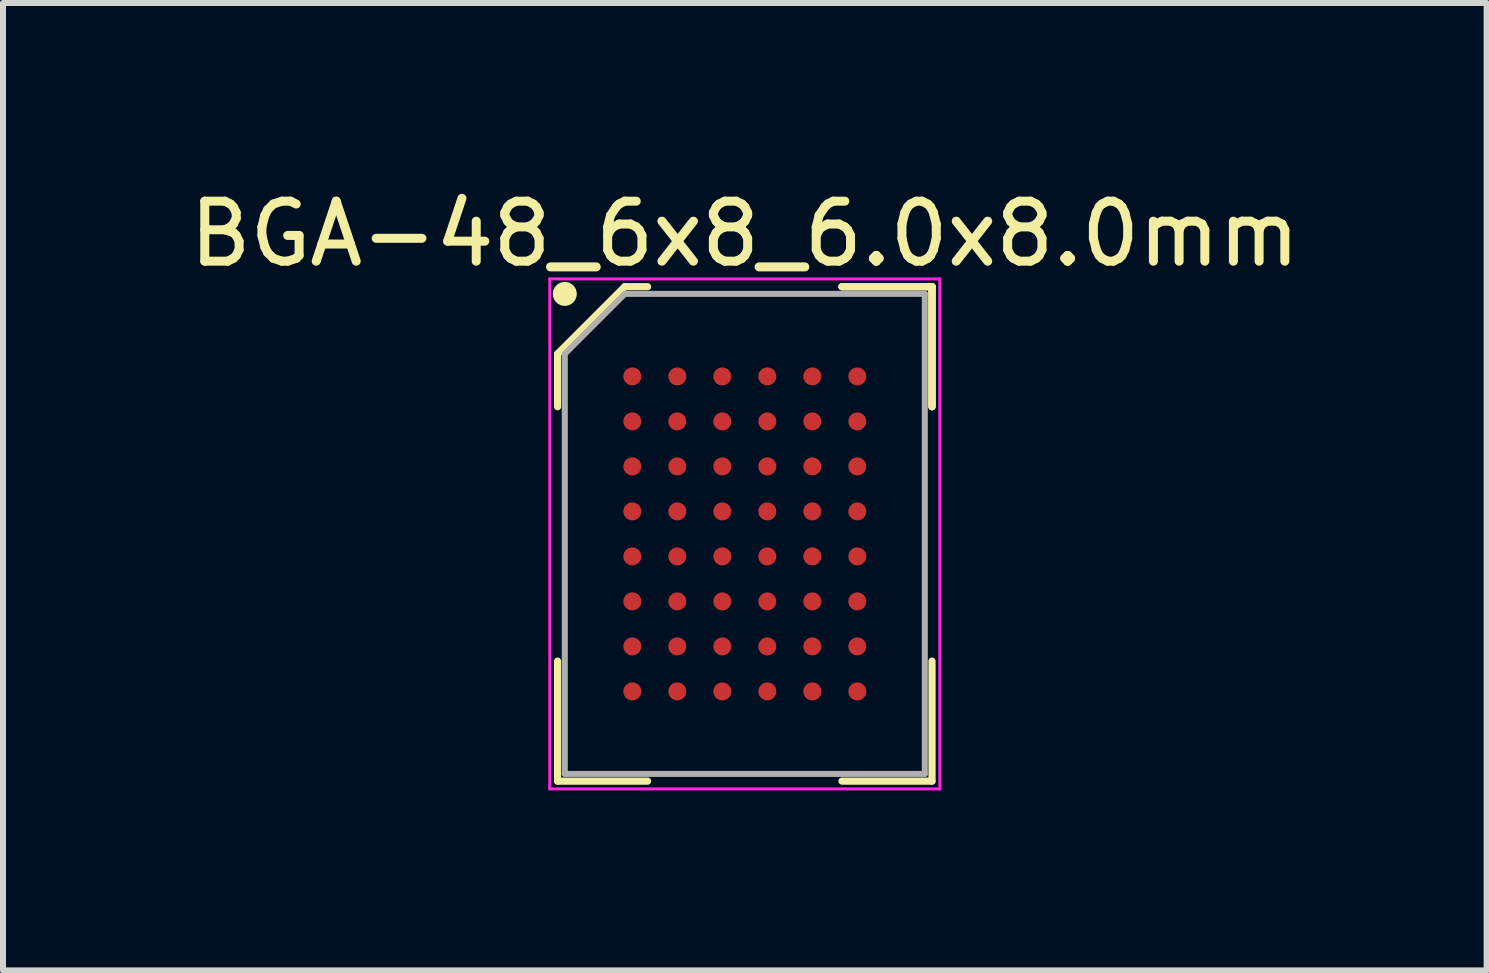
<source format=kicad_pcb>
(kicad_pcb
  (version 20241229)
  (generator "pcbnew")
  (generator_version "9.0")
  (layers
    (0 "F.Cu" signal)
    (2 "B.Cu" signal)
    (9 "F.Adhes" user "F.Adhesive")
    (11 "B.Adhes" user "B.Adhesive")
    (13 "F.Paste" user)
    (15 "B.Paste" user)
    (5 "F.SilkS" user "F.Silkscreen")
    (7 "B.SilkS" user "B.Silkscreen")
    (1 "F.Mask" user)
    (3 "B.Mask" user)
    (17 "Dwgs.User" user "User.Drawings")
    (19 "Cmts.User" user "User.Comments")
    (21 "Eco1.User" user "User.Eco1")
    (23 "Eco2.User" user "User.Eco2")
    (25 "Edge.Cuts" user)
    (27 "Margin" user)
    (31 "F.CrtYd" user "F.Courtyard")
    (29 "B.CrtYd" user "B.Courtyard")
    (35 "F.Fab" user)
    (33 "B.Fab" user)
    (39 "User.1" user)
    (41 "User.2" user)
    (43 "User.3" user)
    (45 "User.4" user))
  (footprint "BGA-48_6x8_6.0x8.0mm"
    (layer "F.Cu")
    (at 9.363 5.848)
    (property "Reference" "BGA-48_6x8_6.0x8.0mm" (at 0 -5 0) (layer "F.SilkS") (effects (font (size 1 1) (thickness 0.15))))
    (attr smd)
    (fp_line (start -3.12 -3) (end -3.12 -2.12) (stroke (width 0.12) (type solid)) (layer "F.SilkS"))
    (fp_line (start -3.12 4.12) (end -3.12 2.12) (stroke (width 0.12) (type solid)) (layer "F.SilkS"))
    (fp_line (start -2 -4.12) (end -3.12 -3) (stroke (width 0.12) (type solid)) (layer "F.SilkS"))
    (fp_line (start -1.62 -4.12) (end -2 -4.12) (stroke (width 0.12) (type solid)) (layer "F.SilkS"))
    (fp_line (start -1.62 4.12) (end -3.12 4.12) (stroke (width 0.12) (type solid)) (layer "F.SilkS"))
    (fp_line (start 1.62 -4.12) (end 3.12 -4.12) (stroke (width 0.12) (type solid)) (layer "F.SilkS"))
    (fp_line (start 1.62 -4.12) (end 3.12 -4.12) (stroke (width 0.12) (type solid)) (layer "F.SilkS"))
    (fp_line (start 1.62 -4.12) (end 3.12 -4.12) (stroke (width 0.12) (type solid)) (layer "F.SilkS"))
    (fp_line (start 1.62 4.12) (end 3.12 4.12) (stroke (width 0.12) (type solid)) (layer "F.SilkS"))
    (fp_line (start 3.12 -4.12) (end 3.12 -2.12) (stroke (width 0.12) (type solid)) (layer "F.SilkS"))
    (fp_line (start 3.12 -4.12) (end 3.12 -2.12) (stroke (width 0.12) (type solid)) (layer "F.SilkS"))
    (fp_line (start 3.12 -4.12) (end 3.12 -2.12) (stroke (width 0.12) (type solid)) (layer "F.SilkS"))
    (fp_line (start 3.12 4.12) (end 3.12 2.12) (stroke (width 0.12) (type solid)) (layer "F.SilkS"))
    (fp_circle (center -3 -4) (end -3 -3.9) (stroke (width 0.2) (type solid)) (fill no) (layer "F.SilkS"))
    (fp_line (start -3.25 -4.25) (end 3.25 -4.25) (stroke (width 0.05) (type solid)) (layer "F.CrtYd"))
    (fp_line (start -3.25 4.25) (end -3.25 -4.25) (stroke (width 0.05) (type solid)) (layer "F.CrtYd"))
    (fp_line (start 3.25 -4.25) (end 3.25 4.25) (stroke (width 0.05) (type solid)) (layer "F.CrtYd"))
    (fp_line (start 3.25 4.25) (end -3.25 4.25) (stroke (width 0.05) (type solid)) (layer "F.CrtYd"))
    (fp_line (start -3 -3) (end -3 4) (stroke (width 0.1) (type solid)) (layer "F.Fab"))
    (fp_line (start -3 4) (end 3 4) (stroke (width 0.1) (type solid)) (layer "F.Fab"))
    (fp_line (start -2 -4) (end -3 -3) (stroke (width 0.1) (type solid)) (layer "F.Fab"))
    (fp_line (start 3 -4) (end -2 -4) (stroke (width 0.1) (type solid)) (layer "F.Fab"))
    (fp_line (start 3 4) (end 3 -4) (stroke (width 0.1) (type solid)) (layer "F.Fab"))
    (pad "A1" smd circle (at -1.875 -2.625) (size 0.3 0.3) (layers "F.Cu" "F.Mask" "F.Paste"))
    (pad "A2" smd circle (at -1.125 -2.625) (size 0.3 0.3) (layers "F.Cu" "F.Mask" "F.Paste"))
    (pad "A3" smd circle (at -0.375 -2.625) (size 0.3 0.3) (layers "F.Cu" "F.Mask" "F.Paste"))
    (pad "A4" smd circle (at 0.375 -2.625) (size 0.3 0.3) (layers "F.Cu" "F.Mask" "F.Paste"))
    (pad "A5" smd circle (at 1.125 -2.625) (size 0.3 0.3) (layers "F.Cu" "F.Mask" "F.Paste"))
    (pad "A6" smd circle (at 1.875 -2.625) (size 0.3 0.3) (layers "F.Cu" "F.Mask" "F.Paste"))
    (pad "B1" smd circle (at -1.875 -1.875) (size 0.3 0.3) (layers "F.Cu" "F.Mask" "F.Paste"))
    (pad "B2" smd circle (at -1.125 -1.875) (size 0.3 0.3) (layers "F.Cu" "F.Mask" "F.Paste"))
    (pad "B3" smd circle (at -0.375 -1.875) (size 0.3 0.3) (layers "F.Cu" "F.Mask" "F.Paste"))
    (pad "B4" smd circle (at 0.375 -1.875) (size 0.3 0.3) (layers "F.Cu" "F.Mask" "F.Paste"))
    (pad "B5" smd circle (at 1.125 -1.875) (size 0.3 0.3) (layers "F.Cu" "F.Mask" "F.Paste"))
    (pad "B6" smd circle (at 1.875 -1.875) (size 0.3 0.3) (layers "F.Cu" "F.Mask" "F.Paste"))
    (pad "C1" smd circle (at -1.875 -1.125) (size 0.3 0.3) (layers "F.Cu" "F.Mask" "F.Paste"))
    (pad "C2" smd circle (at -1.125 -1.125) (size 0.3 0.3) (layers "F.Cu" "F.Mask" "F.Paste"))
    (pad "C3" smd circle (at -0.375 -1.125) (size 0.3 0.3) (layers "F.Cu" "F.Mask" "F.Paste"))
    (pad "C4" smd circle (at 0.375 -1.125) (size 0.3 0.3) (layers "F.Cu" "F.Mask" "F.Paste"))
    (pad "C5" smd circle (at 1.125 -1.125) (size 0.3 0.3) (layers "F.Cu" "F.Mask" "F.Paste"))
    (pad "C6" smd circle (at 1.875 -1.125) (size 0.3 0.3) (layers "F.Cu" "F.Mask" "F.Paste"))
    (pad "D1" smd circle (at -1.875 -0.375) (size 0.3 0.3) (layers "F.Cu" "F.Mask" "F.Paste"))
    (pad "D2" smd circle (at -1.125 -0.375) (size 0.3 0.3) (layers "F.Cu" "F.Mask" "F.Paste"))
    (pad "D3" smd circle (at -0.375 -0.375) (size 0.3 0.3) (layers "F.Cu" "F.Mask" "F.Paste"))
    (pad "D4" smd circle (at 0.375 -0.375) (size 0.3 0.3) (layers "F.Cu" "F.Mask" "F.Paste"))
    (pad "D5" smd circle (at 1.125 -0.375) (size 0.3 0.3) (layers "F.Cu" "F.Mask" "F.Paste"))
    (pad "D6" smd circle (at 1.875 -0.375) (size 0.3 0.3) (layers "F.Cu" "F.Mask" "F.Paste"))
    (pad "E1" smd circle (at -1.875 0.375) (size 0.3 0.3) (layers "F.Cu" "F.Mask" "F.Paste"))
    (pad "E2" smd circle (at -1.125 0.375) (size 0.3 0.3) (layers "F.Cu" "F.Mask" "F.Paste"))
    (pad "E3" smd circle (at -0.375 0.375) (size 0.3 0.3) (layers "F.Cu" "F.Mask" "F.Paste"))
    (pad "E4" smd circle (at 0.375 0.375) (size 0.3 0.3) (layers "F.Cu" "F.Mask" "F.Paste"))
    (pad "E5" smd circle (at 1.125 0.375) (size 0.3 0.3) (layers "F.Cu" "F.Mask" "F.Paste"))
    (pad "E6" smd circle (at 1.875 0.375) (size 0.3 0.3) (layers "F.Cu" "F.Mask" "F.Paste"))
    (pad "F1" smd circle (at -1.875 1.125) (size 0.3 0.3) (layers "F.Cu" "F.Mask" "F.Paste"))
    (pad "F2" smd circle (at -1.125 1.125) (size 0.3 0.3) (layers "F.Cu" "F.Mask" "F.Paste"))
    (pad "F3" smd circle (at -0.375 1.125) (size 0.3 0.3) (layers "F.Cu" "F.Mask" "F.Paste"))
    (pad "F4" smd circle (at 0.375 1.125) (size 0.3 0.3) (layers "F.Cu" "F.Mask" "F.Paste"))
    (pad "F5" smd circle (at 1.125 1.125) (size 0.3 0.3) (layers "F.Cu" "F.Mask" "F.Paste"))
    (pad "F6" smd circle (at 1.875 1.125) (size 0.3 0.3) (layers "F.Cu" "F.Mask" "F.Paste"))
    (pad "G1" smd circle (at -1.875 1.875) (size 0.3 0.3) (layers "F.Cu" "F.Mask" "F.Paste"))
    (pad "G2" smd circle (at -1.125 1.875) (size 0.3 0.3) (layers "F.Cu" "F.Mask" "F.Paste"))
    (pad "G3" smd circle (at -0.375 1.875) (size 0.3 0.3) (layers "F.Cu" "F.Mask" "F.Paste"))
    (pad "G4" smd circle (at 0.375 1.875) (size 0.3 0.3) (layers "F.Cu" "F.Mask" "F.Paste"))
    (pad "G5" smd circle (at 1.125 1.875) (size 0.3 0.3) (layers "F.Cu" "F.Mask" "F.Paste"))
    (pad "G6" smd circle (at 1.875 1.875) (size 0.3 0.3) (layers "F.Cu" "F.Mask" "F.Paste"))
    (pad "H1" smd circle (at -1.875 2.625) (size 0.3 0.3) (layers "F.Cu" "F.Mask" "F.Paste"))
    (pad "H2" smd circle (at -1.125 2.625) (size 0.3 0.3) (layers "F.Cu" "F.Mask" "F.Paste"))
    (pad "H3" smd circle (at -0.375 2.625) (size 0.3 0.3) (layers "F.Cu" "F.Mask" "F.Paste"))
    (pad "H4" smd circle (at 0.375 2.625) (size 0.3 0.3) (layers "F.Cu" "F.Mask" "F.Paste"))
    (pad "H5" smd circle (at 1.125 2.625) (size 0.3 0.3) (layers "F.Cu" "F.Mask" "F.Paste"))
    (pad "H6" smd circle (at 1.875 2.625) (size 0.3 0.3) (layers "F.Cu" "F.Mask" "F.Paste")))
  (gr_rect
    (start -3 -3)
    (end 21.726 13.123)
    (stroke (width 0.1) (type default))
    (fill no)
    (layer "Edge.Cuts")))
</source>
